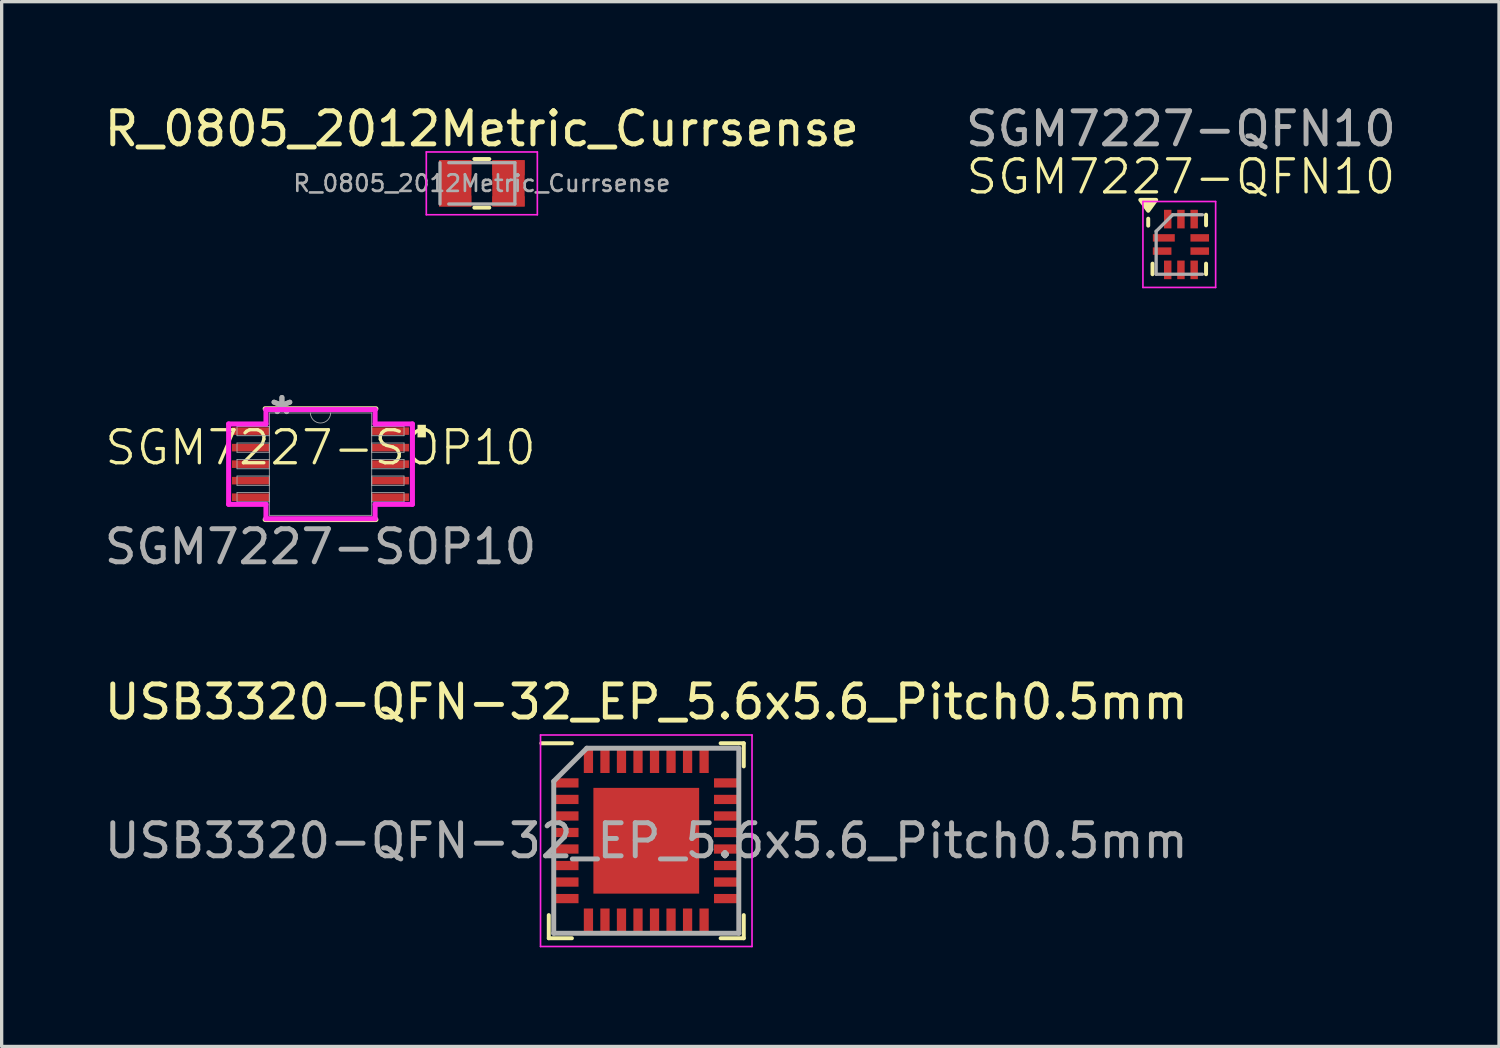
<source format=kicad_pcb>
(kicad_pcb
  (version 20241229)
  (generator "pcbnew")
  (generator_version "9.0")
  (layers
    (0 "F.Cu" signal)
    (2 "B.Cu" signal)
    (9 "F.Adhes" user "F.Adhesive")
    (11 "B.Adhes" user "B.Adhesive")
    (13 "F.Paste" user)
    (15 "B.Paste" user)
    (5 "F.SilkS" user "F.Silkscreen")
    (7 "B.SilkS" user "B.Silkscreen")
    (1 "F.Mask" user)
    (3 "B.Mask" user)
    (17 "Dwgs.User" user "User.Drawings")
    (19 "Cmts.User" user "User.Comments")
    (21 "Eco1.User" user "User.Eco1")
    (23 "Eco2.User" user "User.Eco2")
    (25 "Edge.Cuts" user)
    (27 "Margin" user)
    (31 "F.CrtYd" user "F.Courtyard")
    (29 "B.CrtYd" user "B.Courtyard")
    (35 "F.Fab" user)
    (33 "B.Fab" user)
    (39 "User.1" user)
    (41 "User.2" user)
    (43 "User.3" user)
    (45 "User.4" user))
  (footprint "USB3320-QFN-32_EP_5.6x5.6_Pitch0.5mm"
    (layer "F.Cu")
    (at 16.506 22.391)
    (property "Reference" "USB3320-QFN-32_EP_5.6x5.6_Pitch0.5mm" (at 0 -4.2 0) (layer "F.SilkS") (effects (font (size 1 1) (thickness 0.15))))
    (attr smd)
    (fp_line (start -2.95 2.95) (end -2.95 2.25) (stroke (width 0.12) (type default)) (layer "F.SilkS"))
    (fp_line (start -2.25 -2.95) (end -3.175 -2.95) (stroke (width 0.12) (type default)) (layer "F.SilkS"))
    (fp_line (start -2.25 2.95) (end -2.95 2.95) (stroke (width 0.12) (type default)) (layer "F.SilkS"))
    (fp_line (start 2.25 -2.95) (end 2.95 -2.95) (stroke (width 0.12) (type default)) (layer "F.SilkS"))
    (fp_line (start 2.25 2.95) (end 2.95 2.95) (stroke (width 0.12) (type default)) (layer "F.SilkS"))
    (fp_line (start 2.95 -2.95) (end 2.95 -2.25) (stroke (width 0.12) (type default)) (layer "F.SilkS"))
    (fp_line (start 2.95 2.95) (end 2.95 2.25) (stroke (width 0.12) (type default)) (layer "F.SilkS"))
    (fp_line (start -3.2 -3.2) (end 3.2 -3.2) (stroke (width 0.05) (type default)) (layer "F.CrtYd"))
    (fp_line (start -3.2 3.2) (end -3.2 -3.2) (stroke (width 0.05) (type default)) (layer "F.CrtYd"))
    (fp_line (start 3.2 -3.2) (end 3.2 3.2) (stroke (width 0.05) (type default)) (layer "F.CrtYd"))
    (fp_line (start 3.2 3.2) (end -3.2 3.2) (stroke (width 0.05) (type default)) (layer "F.CrtYd"))
    (fp_line (start -2.8 -1.8) (end -2.8 2.8) (stroke (width 0.15) (type default)) (layer "F.Fab"))
    (fp_line (start -2.8 2.8) (end 2.8 2.8) (stroke (width 0.15) (type default)) (layer "F.Fab"))
    (fp_line (start -1.8 -2.8) (end -2.8 -1.8) (stroke (width 0.15) (type default)) (layer "F.Fab"))
    (fp_line (start 2.8 -2.8) (end -1.8 -2.8) (stroke (width 0.15) (type default)) (layer "F.Fab"))
    (fp_line (start 2.8 2.8) (end 2.8 -2.8) (stroke (width 0.15) (type default)) (layer "F.Fab"))
    (fp_text user "${REFERENCE}" (at 0 0 0) (layer "F.Fab") (effects (font (size 1 1) (thickness 0.15))))
    (pad "" smd rect (at -1.2 -1.2) (size 0.05 0.05) (layers "F.Paste"))
    (pad "" smd rect (at -1.2 -0.4) (size 0.05 0.05) (layers "F.Paste"))
    (pad "" smd rect (at -1.2 0.4) (size 0.05 0.05) (layers "F.Paste"))
    (pad "" smd rect (at -1.2 1.2) (size 0.05 0.05) (layers "F.Paste"))
    (pad "" smd rect (at -0.4 -1.2) (size 0.05 0.05) (layers "F.Paste"))
    (pad "" smd rect (at -0.4 -0.4) (size 0.05 0.05) (layers "F.Paste"))
    (pad "" smd rect (at -0.4 0.4) (size 0.05 0.05) (layers "F.Paste"))
    (pad "" smd rect (at -0.4 1.2) (size 0.05 0.05) (layers "F.Paste"))
    (pad "" smd rect (at 0.4 -1.2) (size 0.05 0.05) (layers "F.Paste"))
    (pad "" smd rect (at 0.4 -0.4) (size 0.05 0.05) (layers "F.Paste"))
    (pad "" smd rect (at 0.4 0.4) (size 0.05 0.05) (layers "F.Paste"))
    (pad "" smd rect (at 0.4 1.2) (size 0.05 0.05) (layers "F.Paste"))
    (pad "" smd rect (at 1.2 -1.2) (size 0.05 0.05) (layers "F.Paste"))
    (pad "" smd rect (at 1.2 -0.4) (size 0.05 0.05) (layers "F.Paste"))
    (pad "" smd rect (at 1.2 0.4) (size 0.05 0.05) (layers "F.Paste"))
    (pad "" smd rect (at 1.2 1.2) (size 0.05 0.05) (layers "F.Paste"))
    (pad "1" smd rect (at -2.425 -1.75 90) (size 0.28 0.75) (layers "F.Cu" "F.Mask" "F.Paste"))
    (pad "2" smd rect (at -2.425 -1.25 90) (size 0.28 0.75) (layers "F.Cu" "F.Mask" "F.Paste"))
    (pad "3" smd rect (at -2.425 -0.75 90) (size 0.28 0.75) (layers "F.Cu" "F.Mask" "F.Paste"))
    (pad "4" smd rect (at -2.425 -0.25 90) (size 0.28 0.75) (layers "F.Cu" "F.Mask" "F.Paste"))
    (pad "5" smd rect (at -2.425 0.25 90) (size 0.28 0.75) (layers "F.Cu" "F.Mask" "F.Paste"))
    (pad "6" smd rect (at -2.425 0.75 90) (size 0.28 0.75) (layers "F.Cu" "F.Mask" "F.Paste"))
    (pad "7" smd rect (at -2.425 1.25 90) (size 0.28 0.75) (layers "F.Cu" "F.Mask" "F.Paste"))
    (pad "8" smd rect (at -2.425 1.75 90) (size 0.28 0.75) (layers "F.Cu" "F.Mask" "F.Paste"))
    (pad "9" smd rect (at -1.75 2.425) (size 0.28 0.75) (layers "F.Cu" "F.Mask" "F.Paste"))
    (pad "10" smd rect (at -1.25 2.425) (size 0.28 0.75) (layers "F.Cu" "F.Mask" "F.Paste"))
    (pad "11" smd rect (at -0.75 2.425) (size 0.28 0.75) (layers "F.Cu" "F.Mask" "F.Paste"))
    (pad "12" smd rect (at -0.25 2.425) (size 0.28 0.75) (layers "F.Cu" "F.Mask" "F.Paste"))
    (pad "13" smd rect (at 0.25 2.425) (size 0.28 0.75) (layers "F.Cu" "F.Mask" "F.Paste"))
    (pad "14" smd rect (at 0.75 2.425) (size 0.28 0.75) (layers "F.Cu" "F.Mask" "F.Paste"))
    (pad "15" smd rect (at 1.25 2.425) (size 0.28 0.75) (layers "F.Cu" "F.Mask" "F.Paste"))
    (pad "16" smd rect (at 1.75 2.425) (size 0.28 0.75) (layers "F.Cu" "F.Mask" "F.Paste"))
    (pad "17" smd rect (at 2.425 1.75 90) (size 0.28 0.75) (layers "F.Cu" "F.Mask" "F.Paste"))
    (pad "18" smd rect (at 2.425 1.25 90) (size 0.28 0.75) (layers "F.Cu" "F.Mask" "F.Paste"))
    (pad "19" smd rect (at 2.425 0.75 90) (size 0.28 0.75) (layers "F.Cu" "F.Mask" "F.Paste"))
    (pad "20" smd rect (at 2.425 0.25 90) (size 0.28 0.75) (layers "F.Cu" "F.Mask" "F.Paste"))
    (pad "21" smd rect (at 2.425 -0.25 90) (size 0.28 0.75) (layers "F.Cu" "F.Mask" "F.Paste"))
    (pad "22" smd rect (at 2.425 -0.75 90) (size 0.28 0.75) (layers "F.Cu" "F.Mask" "F.Paste"))
    (pad "23" smd rect (at 2.425 -1.25 90) (size 0.28 0.75) (layers "F.Cu" "F.Mask" "F.Paste"))
    (pad "24" smd rect (at 2.425 -1.75 90) (size 0.28 0.75) (layers "F.Cu" "F.Mask" "F.Paste"))
    (pad "25" smd rect (at 1.75 -2.425) (size 0.28 0.75) (layers "F.Cu" "F.Mask" "F.Paste"))
    (pad "26" smd rect (at 1.25 -2.425) (size 0.28 0.75) (layers "F.Cu" "F.Mask" "F.Paste"))
    (pad "27" smd rect (at 0.75 -2.425) (size 0.28 0.75) (layers "F.Cu" "F.Mask" "F.Paste"))
    (pad "28" smd rect (at 0.25 -2.425) (size 0.28 0.75) (layers "F.Cu" "F.Mask" "F.Paste"))
    (pad "29" smd rect (at -0.25 -2.425) (size 0.28 0.75) (layers "F.Cu" "F.Mask" "F.Paste"))
    (pad "30" smd rect (at -0.75 -2.425) (size 0.28 0.75) (layers "F.Cu" "F.Mask" "F.Paste"))
    (pad "31" smd rect (at -1.25 -2.425) (size 0.28 0.75) (layers "F.Cu" "F.Mask" "F.Paste"))
    (pad "32" smd rect (at -1.75 -2.425) (size 0.28 0.75) (layers "F.Cu" "F.Mask" "F.Paste"))
    (pad "33" smd rect (at 0 0) (size 3.2 3.2) (layers "F.Cu" "F.Mask")))
  (footprint "SGM7227-QFN10"
    (layer "F.Cu")
    (at 32.685 4.348)
    (property "Reference" "SGM7227-QFN10" (at 0 -2.05 0) (unlocked yes) (layer "F.SilkS") (effects (font (size 1 1) (thickness 0.1))))
    (attr smd)
    (fp_line (start -0.99 -0.57) (end -0.99 -0.78) (stroke (width 0.12) (type solid)) (layer "F.SilkS"))
    (fp_line (start -0.86 0.9) (end -0.86 0.58) (stroke (width 0.12) (type solid)) (layer "F.SilkS"))
    (fp_line (start 0.76 -0.58) (end 0.76 -0.9) (stroke (width 0.12) (type solid)) (layer "F.SilkS"))
    (fp_line (start 0.76 0.9) (end 0.76 0.58) (stroke (width 0.12) (type solid)) (layer "F.SilkS"))
    (fp_poly (pts (xy -0.99 -1.02) (xy -1.23 -1.35) (xy -0.75 -1.35) (xy -0.99 -1.02)) (stroke (width 0.12) (type solid)) (fill yes) (layer "F.SilkS"))
    (fp_line (start -1.15 1.3) (end -1.15 -1.3) (stroke (width 0.05) (type solid)) (layer "F.CrtYd"))
    (fp_line (start -1.15 1.3) (end 1.05 1.3) (stroke (width 0.05) (type solid)) (layer "F.CrtYd"))
    (fp_line (start 1.05 -1.3) (end -1.15 -1.3) (stroke (width 0.05) (type solid)) (layer "F.CrtYd"))
    (fp_line (start 1.05 -1.3) (end 1.05 1.3) (stroke (width 0.05) (type solid)) (layer "F.CrtYd"))
    (fp_line (start -0.75 -0.4) (end -0.75 0.9) (stroke (width 0.1) (type solid)) (layer "F.Fab"))
    (fp_line (start -0.75 0.9) (end 0.65 0.9) (stroke (width 0.1) (type solid)) (layer "F.Fab"))
    (fp_line (start -0.25 -0.9) (end -0.75 -0.4) (stroke (width 0.1) (type solid)) (layer "F.Fab"))
    (fp_line (start -0.25 -0.9) (end 0.65 -0.9) (stroke (width 0.1) (type solid)) (layer "F.Fab"))
    (fp_text user "${REFERENCE}" (at 0 -3.5 0) (unlocked yes) (layer "F.Fab") (effects (font (size 1 1) (thickness 0.15))))
    (pad "1" smd rect (at -0.518 -0.2) (size 0.663 0.225) (layers "F.Cu" "F.Mask" "F.Paste"))
    (pad "2" smd rect (at -0.569 0.2) (size 0.563 0.225) (layers "F.Cu" "F.Mask" "F.Paste"))
    (pad "3" smd rect (at -0.4 0.768 90) (size 0.563 0.225) (layers "F.Cu" "F.Mask" "F.Paste"))
    (pad "4" smd rect (at 0 0.768 90) (size 0.563 0.225) (layers "F.Cu" "F.Mask" "F.Paste"))
    (pad "5" smd rect (at 0.4 0.768 90) (size 0.563 0.225) (layers "F.Cu" "F.Mask" "F.Paste"))
    (pad "6" smd rect (at 0.569 0.2) (size 0.563 0.225) (layers "F.Cu" "F.Mask" "F.Paste"))
    (pad "7" smd rect (at 0.569 -0.2) (size 0.563 0.225) (layers "F.Cu" "F.Mask" "F.Paste"))
    (pad "8" smd rect (at 0.4 -0.768 90) (size 0.563 0.225) (layers "F.Cu" "F.Mask" "F.Paste"))
    (pad "9" smd rect (at 0 -0.768 90) (size 0.563 0.225) (layers "F.Cu" "F.Mask" "F.Paste"))
    (pad "10" smd rect (at -0.4 -0.768 90) (size 0.563 0.225) (layers "F.Cu" "F.Mask" "F.Paste")))
  (footprint "SGM7227-SOP10"
    (layer "F.Cu")
    (at 6.649 10.995)
    (property "Reference" "SGM7227-SOP10" (at 0 -0.5 0) (unlocked yes) (layer "F.SilkS") (effects (font (size 1 1) (thickness 0.1))))
    (attr smd)
    (fp_line (start -1.676 1.676) (end 1.676 1.676) (stroke (width 0.152) (type solid)) (layer "F.SilkS"))
    (fp_line (start 1.676 -1.676) (end -1.676 -1.676) (stroke (width 0.152) (type solid)) (layer "F.SilkS"))
    (fp_poly (pts (xy 3.188 -1.191) (xy 3.188 -0.81) (xy 2.934 -0.81) (xy 2.934 -1.191)) (stroke (width 0) (type solid)) (fill yes) (layer "F.SilkS"))
    (fp_line (start -2.781 -1.216) (end -1.651 -1.216) (stroke (width 0.152) (type solid)) (layer "F.CrtYd"))
    (fp_line (start -2.781 1.216) (end -2.781 -1.216) (stroke (width 0.152) (type solid)) (layer "F.CrtYd"))
    (fp_line (start -2.781 1.216) (end -1.651 1.216) (stroke (width 0.152) (type solid)) (layer "F.CrtYd"))
    (fp_line (start -1.651 -1.651) (end 1.651 -1.651) (stroke (width 0.152) (type solid)) (layer "F.CrtYd"))
    (fp_line (start -1.651 -1.216) (end -1.651 -1.651) (stroke (width 0.152) (type solid)) (layer "F.CrtYd"))
    (fp_line (start -1.651 1.651) (end -1.651 1.216) (stroke (width 0.152) (type solid)) (layer "F.CrtYd"))
    (fp_line (start 1.651 -1.651) (end 1.651 -1.216) (stroke (width 0.152) (type solid)) (layer "F.CrtYd"))
    (fp_line (start 1.651 1.216) (end 1.651 1.651) (stroke (width 0.152) (type solid)) (layer "F.CrtYd"))
    (fp_line (start 1.651 1.651) (end -1.651 1.651) (stroke (width 0.152) (type solid)) (layer "F.CrtYd"))
    (fp_line (start 2.781 -1.216) (end 1.651 -1.216) (stroke (width 0.152) (type solid)) (layer "F.CrtYd"))
    (fp_line (start 2.781 -1.216) (end 2.781 1.216) (stroke (width 0.152) (type solid)) (layer "F.CrtYd"))
    (fp_line (start 2.781 1.216) (end 1.651 1.216) (stroke (width 0.152) (type solid)) (layer "F.CrtYd"))
    (fp_line (start -2.527 -1.14) (end -2.527 -0.861) (stroke (width 0.025) (type solid)) (layer "F.Fab"))
    (fp_line (start -2.527 -0.861) (end -1.549 -0.861) (stroke (width 0.025) (type solid)) (layer "F.Fab"))
    (fp_line (start -2.527 -0.64) (end -2.527 -0.36) (stroke (width 0.025) (type solid)) (layer "F.Fab"))
    (fp_line (start -2.527 -0.36) (end -1.549 -0.36) (stroke (width 0.025) (type solid)) (layer "F.Fab"))
    (fp_line (start -2.527 -0.14) (end -2.527 0.14) (stroke (width 0.025) (type solid)) (layer "F.Fab"))
    (fp_line (start -2.527 0.14) (end -1.549 0.14) (stroke (width 0.025) (type solid)) (layer "F.Fab"))
    (fp_line (start -2.527 0.36) (end -2.527 0.64) (stroke (width 0.025) (type solid)) (layer "F.Fab"))
    (fp_line (start -2.527 0.64) (end -1.549 0.64) (stroke (width 0.025) (type solid)) (layer "F.Fab"))
    (fp_line (start -2.527 0.861) (end -2.527 1.14) (stroke (width 0.025) (type solid)) (layer "F.Fab"))
    (fp_line (start -2.527 1.14) (end -1.549 1.14) (stroke (width 0.025) (type solid)) (layer "F.Fab"))
    (fp_line (start -1.549 -1.549) (end -1.549 1.549) (stroke (width 0.025) (type solid)) (layer "F.Fab"))
    (fp_line (start -1.549 -1.14) (end -2.527 -1.14) (stroke (width 0.025) (type solid)) (layer "F.Fab"))
    (fp_line (start -1.549 -0.861) (end -1.549 -1.14) (stroke (width 0.025) (type solid)) (layer "F.Fab"))
    (fp_line (start -1.549 -0.64) (end -2.527 -0.64) (stroke (width 0.025) (type solid)) (layer "F.Fab"))
    (fp_line (start -1.549 -0.36) (end -1.549 -0.64) (stroke (width 0.025) (type solid)) (layer "F.Fab"))
    (fp_line (start -1.549 -0.14) (end -2.527 -0.14) (stroke (width 0.025) (type solid)) (layer "F.Fab"))
    (fp_line (start -1.549 0.14) (end -1.549 -0.14) (stroke (width 0.025) (type solid)) (layer "F.Fab"))
    (fp_line (start -1.549 0.36) (end -2.527 0.36) (stroke (width 0.025) (type solid)) (layer "F.Fab"))
    (fp_line (start -1.549 0.64) (end -1.549 0.36) (stroke (width 0.025) (type solid)) (layer "F.Fab"))
    (fp_line (start -1.549 0.861) (end -2.527 0.861) (stroke (width 0.025) (type solid)) (layer "F.Fab"))
    (fp_line (start -1.549 1.14) (end -1.549 0.861) (stroke (width 0.025) (type solid)) (layer "F.Fab"))
    (fp_line (start -1.549 1.549) (end 1.549 1.549) (stroke (width 0.025) (type solid)) (layer "F.Fab"))
    (fp_line (start 1.549 -1.549) (end -1.549 -1.549) (stroke (width 0.025) (type solid)) (layer "F.Fab"))
    (fp_line (start 1.549 -1.14) (end 1.549 -0.861) (stroke (width 0.025) (type solid)) (layer "F.Fab"))
    (fp_line (start 1.549 -0.861) (end 2.527 -0.861) (stroke (width 0.025) (type solid)) (layer "F.Fab"))
    (fp_line (start 1.549 -0.64) (end 1.549 -0.36) (stroke (width 0.025) (type solid)) (layer "F.Fab"))
    (fp_line (start 1.549 -0.36) (end 2.527 -0.36) (stroke (width 0.025) (type solid)) (layer "F.Fab"))
    (fp_line (start 1.549 -0.14) (end 1.549 0.14) (stroke (width 0.025) (type solid)) (layer "F.Fab"))
    (fp_line (start 1.549 0.14) (end 2.527 0.14) (stroke (width 0.025) (type solid)) (layer "F.Fab"))
    (fp_line (start 1.549 0.36) (end 1.549 0.64) (stroke (width 0.025) (type solid)) (layer "F.Fab"))
    (fp_line (start 1.549 0.64) (end 2.527 0.64) (stroke (width 0.025) (type solid)) (layer "F.Fab"))
    (fp_line (start 1.549 0.861) (end 1.549 1.14) (stroke (width 0.025) (type solid)) (layer "F.Fab"))
    (fp_line (start 1.549 1.14) (end 2.527 1.14) (stroke (width 0.025) (type solid)) (layer "F.Fab"))
    (fp_line (start 1.549 1.549) (end 1.549 -1.549) (stroke (width 0.025) (type solid)) (layer "F.Fab"))
    (fp_line (start 2.527 -1.14) (end 1.549 -1.14) (stroke (width 0.025) (type solid)) (layer "F.Fab"))
    (fp_line (start 2.527 -0.861) (end 2.527 -1.14) (stroke (width 0.025) (type solid)) (layer "F.Fab"))
    (fp_line (start 2.527 -0.64) (end 1.549 -0.64) (stroke (width 0.025) (type solid)) (layer "F.Fab"))
    (fp_line (start 2.527 -0.36) (end 2.527 -0.64) (stroke (width 0.025) (type solid)) (layer "F.Fab"))
    (fp_line (start 2.527 -0.14) (end 1.549 -0.14) (stroke (width 0.025) (type solid)) (layer "F.Fab"))
    (fp_line (start 2.527 0.14) (end 2.527 -0.14) (stroke (width 0.025) (type solid)) (layer "F.Fab"))
    (fp_line (start 2.527 0.36) (end 1.549 0.36) (stroke (width 0.025) (type solid)) (layer "F.Fab"))
    (fp_line (start 2.527 0.64) (end 2.527 0.36) (stroke (width 0.025) (type solid)) (layer "F.Fab"))
    (fp_line (start 2.527 0.861) (end 1.549 0.861) (stroke (width 0.025) (type solid)) (layer "F.Fab"))
    (fp_line (start 2.527 1.14) (end 2.527 0.861) (stroke (width 0.025) (type solid)) (layer "F.Fab"))
    (fp_arc (start 0.3048 -1.5494) (mid 0 -1.2446) (end -0.3048 -1.5494) (stroke (width 0.0254) (type solid)) (layer "F.Fab"))
    (fp_text user "*" (at -1.168 -1.473 0) (layer "F.Fab") (effects (font (size 1 1) (thickness 0.15))))
    (fp_text user "*" (at -1.168 -1.473 0) (unlocked yes) (layer "F.Fab") (effects (font (size 1 1) (thickness 0.15))))
    (fp_text user "${REFERENCE}" (at 0 2.5 0) (unlocked yes) (layer "F.Fab") (effects (font (size 1 1) (thickness 0.15))))
    (pad "1" smd rect (at -2.115 -1) (size 1.13 0.229) (layers "F.Cu" "F.Mask" "F.Paste"))
    (pad "2" smd rect (at -2.115 -0.5) (size 1.13 0.229) (layers "F.Cu" "F.Mask" "F.Paste"))
    (pad "3" smd rect (at -2.115 0) (size 1.13 0.229) (layers "F.Cu" "F.Mask" "F.Paste"))
    (pad "4" smd rect (at -2.115 0.5) (size 1.13 0.229) (layers "F.Cu" "F.Mask" "F.Paste"))
    (pad "5" smd rect (at -2.115 1) (size 1.13 0.229) (layers "F.Cu" "F.Mask" "F.Paste"))
    (pad "6" smd rect (at 2.115 1) (size 1.13 0.229) (layers "F.Cu" "F.Mask" "F.Paste"))
    (pad "7" smd rect (at 2.115 0.5) (size 1.13 0.229) (layers "F.Cu" "F.Mask" "F.Paste"))
    (pad "8" smd rect (at 2.115 0) (size 1.13 0.229) (layers "F.Cu" "F.Mask" "F.Paste"))
    (pad "9" smd rect (at 2.115 -0.5) (size 1.13 0.229) (layers "F.Cu" "F.Mask" "F.Paste"))
    (pad "10" smd rect (at 2.115 -1) (size 1.13 0.229) (layers "F.Cu" "F.Mask" "F.Paste")))
  (footprint "R_0805_2012Metric_Currsense"
    (layer "F.Cu")
    (at 11.53 2.498)
    (property "Reference" "R_0805_2012Metric_Currsense" (at 0 -1.65 0) (layer "F.SilkS") (effects (font (size 1 1) (thickness 0.15))))
    (attr smd)
    (fp_line (start -0.227 -0.735) (end 0.227 -0.735) (stroke (width 0.12) (type solid)) (layer "F.SilkS"))
    (fp_line (start -0.227 0.735) (end 0.227 0.735) (stroke (width 0.12) (type solid)) (layer "F.SilkS"))
    (fp_line (start -1.68 -0.95) (end 1.68 -0.95) (stroke (width 0.05) (type solid)) (layer "F.CrtYd"))
    (fp_line (start -1.68 0.95) (end -1.68 -0.95) (stroke (width 0.05) (type solid)) (layer "F.CrtYd"))
    (fp_line (start 1.68 -0.95) (end 1.68 0.95) (stroke (width 0.05) (type solid)) (layer "F.CrtYd"))
    (fp_line (start 1.68 0.95) (end -1.68 0.95) (stroke (width 0.05) (type solid)) (layer "F.CrtYd"))
    (fp_line (start -1.266 0.625) (end -1.266 -0.625) (stroke (width 0.1) (type solid)) (layer "F.Fab"))
    (fp_line (start -1 -0.625) (end 1 -0.625) (stroke (width 0.1) (type solid)) (layer "F.Fab"))
    (fp_line (start 1 -0.625) (end 1 0.625) (stroke (width 0.1) (type solid)) (layer "F.Fab"))
    (fp_line (start 1 0.625) (end -1 0.625) (stroke (width 0.1) (type solid)) (layer "F.Fab"))
    (fp_text user "${REFERENCE}" (at 0 0 0) (layer "F.Fab") (effects (font (size 0.5 0.5) (thickness 0.08))))
    (pad "1" smd rect (at -0.806 0.535 90) (size 0.33 0.978) (layers "F.Cu" "F.Mask" "F.Paste"))
    (pad "1" smd rect (at -0.806 0) (size 0.978 1.4) (layers "F.Cu" "F.Mask" "F.Paste"))
    (pad "2" smd rect (at -0.806 -0.471) (size 0.979 0.457) (layers "F.Cu"))
    (pad "3" smd rect (at 0.806 -0.471) (size 0.979 0.459) (layers "F.Cu"))
    (pad "4" smd rect (at 0.806 0) (size 0.979 1.4) (layers "F.Cu" "F.Mask" "F.Paste"))
    (pad "4" smd rect (at 0.806 0.545 90) (size 0.31 0.979) (layers "F.Cu" "F.Mask" "F.Paste")))
  (gr_rect
    (start -3 -3)
    (end 42.31 28.616)
    (stroke (width 0.1) (type default))
    (fill no)
    (layer "Edge.Cuts")))
</source>
